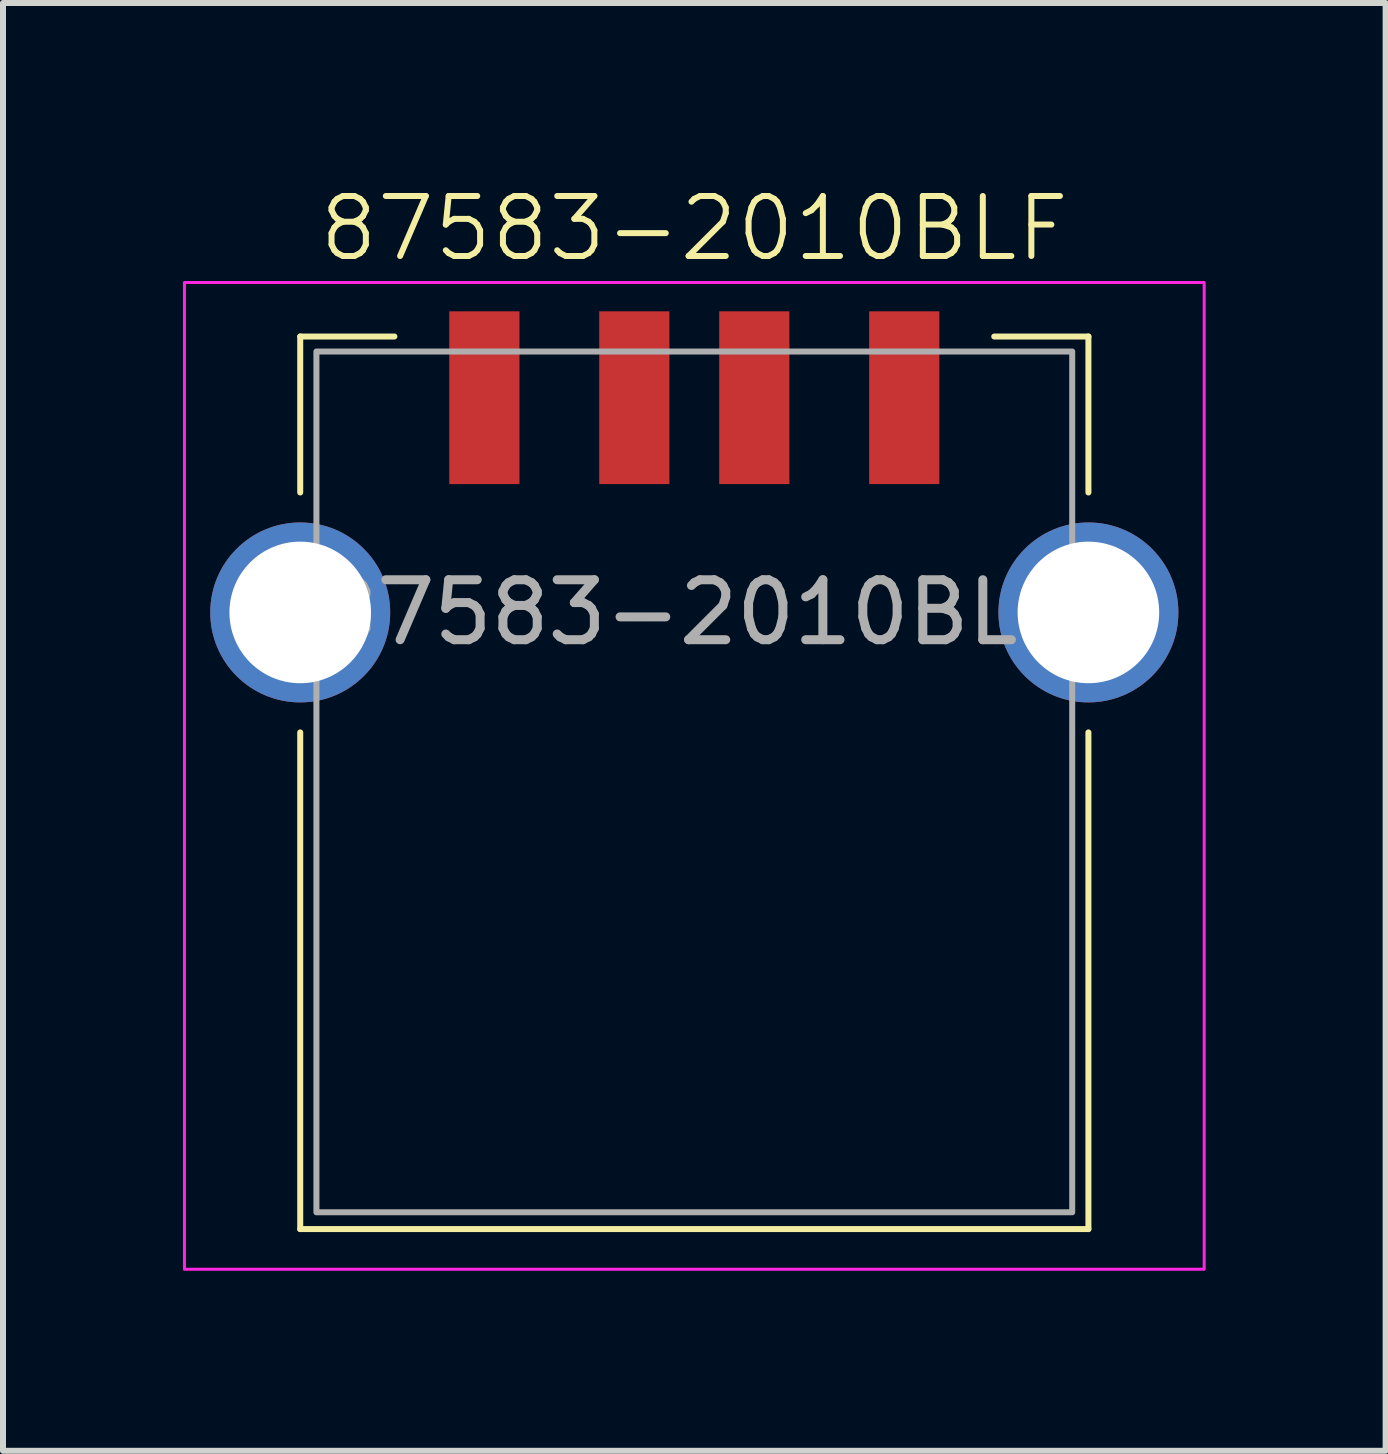
<source format=kicad_pcb>
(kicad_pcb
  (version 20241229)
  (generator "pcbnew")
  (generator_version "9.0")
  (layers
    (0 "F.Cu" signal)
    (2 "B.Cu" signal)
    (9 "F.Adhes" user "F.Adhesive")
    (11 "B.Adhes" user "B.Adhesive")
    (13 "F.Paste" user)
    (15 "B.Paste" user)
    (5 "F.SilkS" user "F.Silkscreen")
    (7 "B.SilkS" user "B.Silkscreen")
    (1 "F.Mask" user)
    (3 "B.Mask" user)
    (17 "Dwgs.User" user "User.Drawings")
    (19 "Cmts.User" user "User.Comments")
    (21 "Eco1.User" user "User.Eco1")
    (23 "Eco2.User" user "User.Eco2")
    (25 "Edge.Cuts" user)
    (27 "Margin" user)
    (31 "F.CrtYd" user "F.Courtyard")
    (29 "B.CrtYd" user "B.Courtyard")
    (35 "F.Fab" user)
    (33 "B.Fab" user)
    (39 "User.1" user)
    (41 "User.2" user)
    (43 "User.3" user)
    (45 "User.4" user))
  (footprint "87583-2010BLF"
    (layer "F.Cu")
    (at 8.525 7.16)
    (property "Reference" "87583-2010BLF" (at 0 -6.4 0) (unlocked yes) (layer "F.SilkS") (effects (font (size 1 1) (thickness 0.1))))
    (attr through_hole)
    (fp_line (start -6.57 -4.6) (end -5 -4.6) (stroke (width 0.1) (type solid)) (layer "F.SilkS"))
    (fp_line (start -6.57 -2) (end -6.57 -4.6) (stroke (width 0.1) (type solid)) (layer "F.SilkS"))
    (fp_line (start -6.57 2) (end -6.57 10.28) (stroke (width 0.1) (type solid)) (layer "F.SilkS"))
    (fp_line (start 6.57 -4.6) (end 5 -4.6) (stroke (width 0.1) (type solid)) (layer "F.SilkS"))
    (fp_line (start 6.57 -2) (end 6.57 -4.6) (stroke (width 0.1) (type solid)) (layer "F.SilkS"))
    (fp_line (start 6.57 2) (end 6.57 10.28) (stroke (width 0.1) (type solid)) (layer "F.SilkS"))
    (fp_line (start 6.57 10.28) (end -6.57 10.28) (stroke (width 0.1) (type default)) (layer "F.SilkS"))
    (fp_rect (start -8.5 -5.5) (end 8.5 10.95) (stroke (width 0.05) (type default)) (fill no) (layer "F.CrtYd"))
    (fp_rect (start -6.3 -4.35) (end 6.3 10) (stroke (width 0.1) (type default)) (fill no) (layer "F.Fab"))
    (fp_text user "${REFERENCE}" (at 0 0 0) (unlocked yes) (layer "F.Fab") (effects (font (size 1 1) (thickness 0.15))))
    (pad "1" smd rect (at -3.5 -3.58) (size 1.17 2.88) (layers "F.Cu" "F.Mask" "F.Paste"))
    (pad "2" smd rect (at -1 -3.58) (size 1.17 2.88) (layers "F.Cu" "F.Mask" "F.Paste"))
    (pad "3" smd rect (at 1 -3.58) (size 1.17 2.88) (layers "F.Cu" "F.Mask" "F.Paste"))
    (pad "4" smd rect (at 3.5 -3.58) (size 1.17 2.88) (layers "F.Cu" "F.Mask" "F.Paste"))
    (pad "5" thru_hole circle (at -6.57 0) (size 3 3) (drill 2.36) (layers "*.Cu" "*.Mask" "F.Paste"))
    (pad "5" thru_hole circle (at 6.57 0) (size 3 3) (drill 2.36) (layers "*.Cu" "*.Mask" "F.Paste")))
  (gr_rect
    (start -3 -3)
    (end 20.05 21.136)
    (stroke (width 0.1) (type default))
    (fill no)
    (layer "Edge.Cuts")))
</source>
